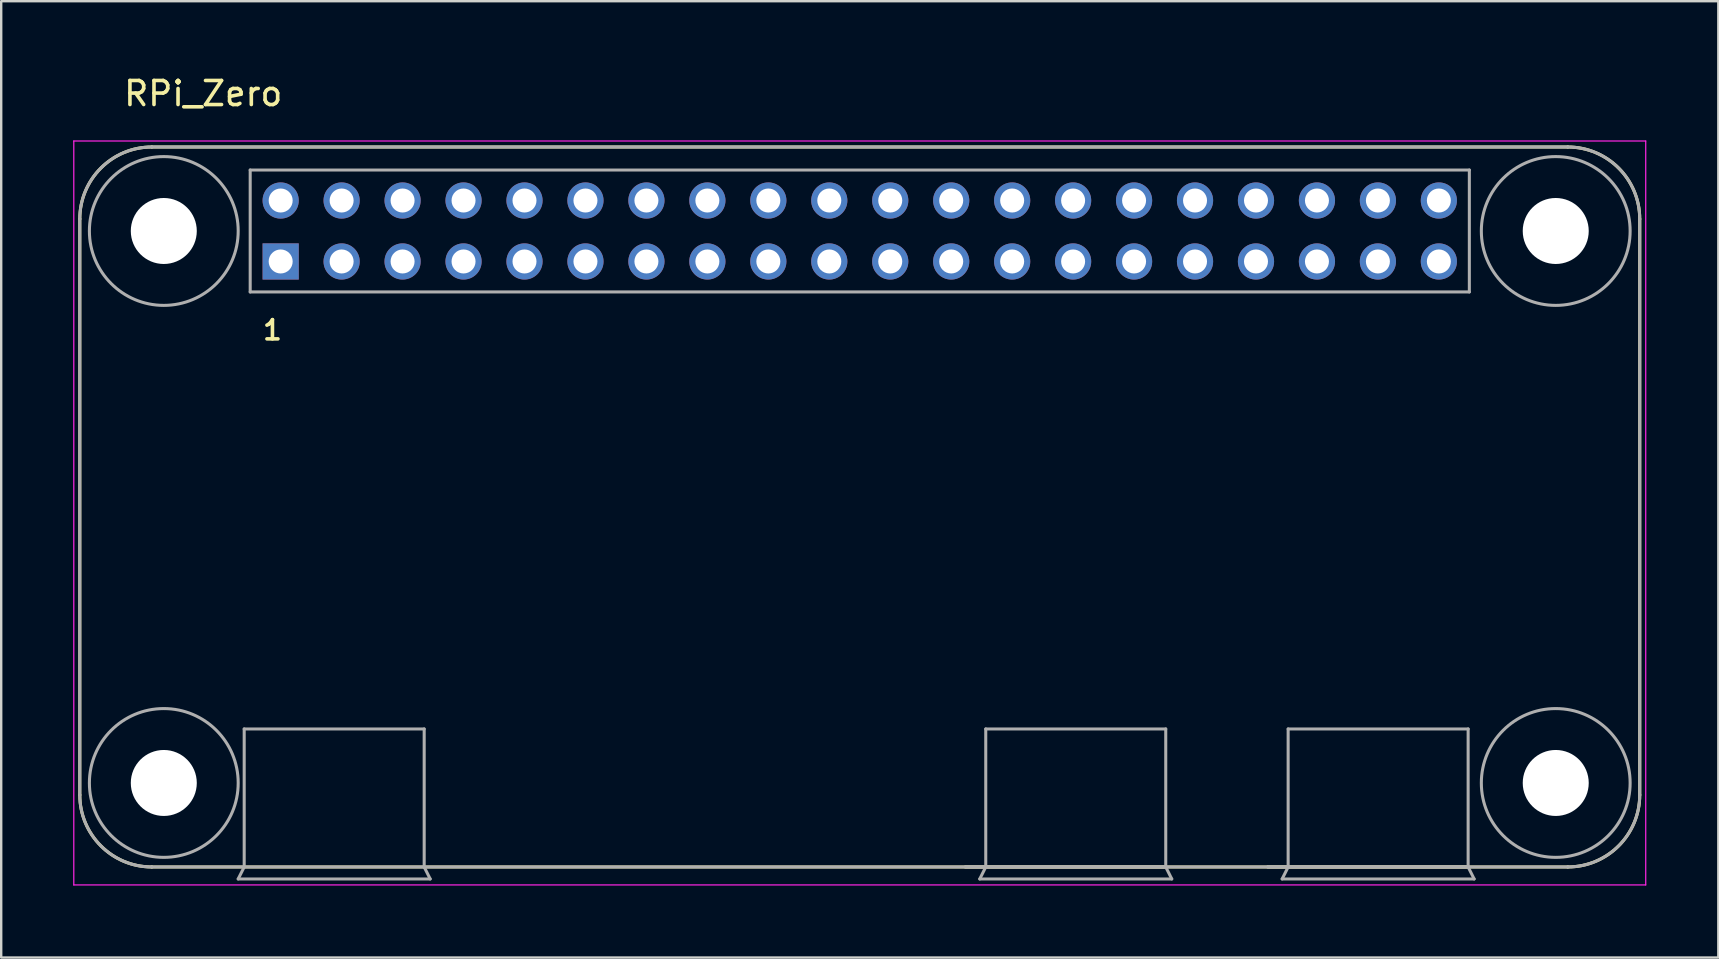
<source format=kicad_pcb>
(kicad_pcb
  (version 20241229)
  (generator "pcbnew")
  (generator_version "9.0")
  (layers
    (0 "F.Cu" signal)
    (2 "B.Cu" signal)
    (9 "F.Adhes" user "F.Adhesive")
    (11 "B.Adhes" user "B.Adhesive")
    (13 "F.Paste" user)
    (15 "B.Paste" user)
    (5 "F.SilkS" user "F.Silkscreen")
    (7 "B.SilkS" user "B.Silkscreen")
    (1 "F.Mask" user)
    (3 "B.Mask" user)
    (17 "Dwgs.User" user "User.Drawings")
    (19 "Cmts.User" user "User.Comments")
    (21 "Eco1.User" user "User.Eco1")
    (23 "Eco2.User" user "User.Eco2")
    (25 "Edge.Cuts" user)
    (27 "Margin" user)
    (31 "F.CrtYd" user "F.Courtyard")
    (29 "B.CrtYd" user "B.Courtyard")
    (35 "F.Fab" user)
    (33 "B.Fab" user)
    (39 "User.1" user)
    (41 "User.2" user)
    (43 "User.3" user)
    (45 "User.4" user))
  (footprint "RPi_Zero"
    (layer "F.Cu")
    (at 32.775 6.575)
    (property "Reference" "RPi_Zero" (at -27.357 -5.726 0) (layer "F.SilkS") (effects (font (size 1.002 1.002) (thickness 0.15))))
    (attr through_hole)
    (fp_line (start -32.5 -0.5) (end -32.5 23.5) (stroke (width 0.127) (type solid)) (layer "F.SilkS"))
    (fp_line (start -29.5 26.5) (end 29.5 26.5) (stroke (width 0.127) (type solid)) (layer "F.SilkS"))
    (fp_line (start 4.4 26.5) (end 12.75 26.5) (stroke (width 0.127) (type solid)) (layer "F.SilkS"))
    (fp_line (start 17 26.5) (end 25.35 26.5) (stroke (width 0.127) (type solid)) (layer "F.SilkS"))
    (fp_line (start 29.5 -3.5) (end -29.5 -3.5) (stroke (width 0.127) (type solid)) (layer "F.SilkS"))
    (fp_line (start 32.5 23.5) (end 32.5 -0.5) (stroke (width 0.127) (type solid)) (layer "F.SilkS"))
    (fp_arc (start -32.5 -0.5) (mid -31.62132 -2.62132) (end -29.5 -3.5) (stroke (width 0.127) (type solid)) (layer "F.SilkS"))
    (fp_arc (start -29.5 26.5) (mid -31.62132 25.62132) (end -32.5 23.5) (stroke (width 0.127) (type solid)) (layer "F.SilkS"))
    (fp_arc (start 29.5 -3.5) (mid 31.62132 -2.62132) (end 32.5 -0.5) (stroke (width 0.127) (type solid)) (layer "F.SilkS"))
    (fp_arc (start 32.5 23.5) (mid 31.62132 25.62132) (end 29.5 26.5) (stroke (width 0.127) (type solid)) (layer "F.SilkS"))
    (fp_line (start -32.75 -3.75) (end 32.75 -3.75) (stroke (width 0.05) (type solid)) (layer "F.CrtYd"))
    (fp_line (start -32.75 27.25) (end -32.75 -3.75) (stroke (width 0.05) (type solid)) (layer "F.CrtYd"))
    (fp_line (start 32.75 -3.75) (end 32.75 27.25) (stroke (width 0.05) (type solid)) (layer "F.CrtYd"))
    (fp_line (start 32.75 27.25) (end -32.75 27.25) (stroke (width 0.05) (type solid)) (layer "F.CrtYd"))
    (fp_line (start -32.5 -0.5) (end -32.5 23.5) (stroke (width 0.127) (type solid)) (layer "F.Fab"))
    (fp_line (start -29.5 26.5) (end -25.65 26.5) (stroke (width 0.127) (type solid)) (layer "F.Fab"))
    (fp_line (start -25.9 27) (end -17.9 27) (stroke (width 0.127) (type solid)) (layer "F.Fab"))
    (fp_line (start -25.65 20.75) (end -18.15 20.75) (stroke (width 0.127) (type solid)) (layer "F.Fab"))
    (fp_line (start -25.65 26.5) (end -25.9 27) (stroke (width 0.127) (type solid)) (layer "F.Fab"))
    (fp_line (start -25.65 26.5) (end -25.65 20.75) (stroke (width 0.127) (type solid)) (layer "F.Fab"))
    (fp_line (start -25.65 26.5) (end -18.15 26.5) (stroke (width 0.127) (type solid)) (layer "F.Fab"))
    (fp_line (start -25.4 -2.54) (end -25.4 2.54) (stroke (width 0.127) (type solid)) (layer "F.Fab"))
    (fp_line (start -25.4 2.54) (end 25.4 2.54) (stroke (width 0.127) (type solid)) (layer "F.Fab"))
    (fp_line (start -18.15 20.75) (end -18.15 26.5) (stroke (width 0.127) (type solid)) (layer "F.Fab"))
    (fp_line (start -18.15 26.5) (end 29.5 26.5) (stroke (width 0.127) (type solid)) (layer "F.Fab"))
    (fp_line (start -17.9 27) (end -18.15 26.5) (stroke (width 0.127) (type solid)) (layer "F.Fab"))
    (fp_line (start 4.4 26.5) (end 5.25 26.5) (stroke (width 0.127) (type solid)) (layer "F.Fab"))
    (fp_line (start 5 27) (end 13 27) (stroke (width 0.127) (type solid)) (layer "F.Fab"))
    (fp_line (start 5.25 20.75) (end 12.75 20.75) (stroke (width 0.127) (type solid)) (layer "F.Fab"))
    (fp_line (start 5.25 26.5) (end 5 27) (stroke (width 0.127) (type solid)) (layer "F.Fab"))
    (fp_line (start 5.25 26.5) (end 5.25 20.75) (stroke (width 0.127) (type solid)) (layer "F.Fab"))
    (fp_line (start 5.25 26.5) (end 12.75 26.5) (stroke (width 0.127) (type solid)) (layer "F.Fab"))
    (fp_line (start 12.75 20.75) (end 12.75 26.5) (stroke (width 0.127) (type solid)) (layer "F.Fab"))
    (fp_line (start 13 27) (end 12.75 26.5) (stroke (width 0.127) (type solid)) (layer "F.Fab"))
    (fp_line (start 17 26.5) (end 17.85 26.5) (stroke (width 0.127) (type solid)) (layer "F.Fab"))
    (fp_line (start 17.6 27) (end 25.6 27) (stroke (width 0.127) (type solid)) (layer "F.Fab"))
    (fp_line (start 17.85 20.75) (end 25.35 20.75) (stroke (width 0.127) (type solid)) (layer "F.Fab"))
    (fp_line (start 17.85 26.5) (end 17.6 27) (stroke (width 0.127) (type solid)) (layer "F.Fab"))
    (fp_line (start 17.85 26.5) (end 17.85 20.75) (stroke (width 0.127) (type solid)) (layer "F.Fab"))
    (fp_line (start 17.85 26.5) (end 25.35 26.5) (stroke (width 0.127) (type solid)) (layer "F.Fab"))
    (fp_line (start 25.35 20.75) (end 25.35 26.5) (stroke (width 0.127) (type solid)) (layer "F.Fab"))
    (fp_line (start 25.4 -2.54) (end -25.4 -2.54) (stroke (width 0.127) (type solid)) (layer "F.Fab"))
    (fp_line (start 25.4 2.54) (end 25.4 -2.54) (stroke (width 0.127) (type solid)) (layer "F.Fab"))
    (fp_line (start 25.6 27) (end 25.35 26.5) (stroke (width 0.127) (type solid)) (layer "F.Fab"))
    (fp_line (start 29.5 -3.5) (end -29.5 -3.5) (stroke (width 0.127) (type solid)) (layer "F.Fab"))
    (fp_line (start 32.5 23.5) (end 32.5 -0.5) (stroke (width 0.127) (type solid)) (layer "F.Fab"))
    (fp_arc (start -32.5 -0.5) (mid -31.62132 -2.62132) (end -29.5 -3.5) (stroke (width 0.127) (type solid)) (layer "F.Fab"))
    (fp_arc (start -29.5 26.5) (mid -31.62132 25.62132) (end -32.5 23.5) (stroke (width 0.127) (type solid)) (layer "F.Fab"))
    (fp_arc (start 29.5 -3.5) (mid 31.62132 -2.62132) (end 32.5 -0.5) (stroke (width 0.127) (type solid)) (layer "F.Fab"))
    (fp_arc (start 32.5 23.5) (mid 31.62132 25.62132) (end 29.5 26.5) (stroke (width 0.127) (type solid)) (layer "F.Fab"))
    (fp_circle (center -29 0) (end -25.9 0) (stroke (width 0.127) (type solid)) (fill no) (layer "F.Fab"))
    (fp_circle (center -29 23) (end -25.9 23) (stroke (width 0.127) (type solid)) (fill no) (layer "F.Fab"))
    (fp_circle (center 29 0) (end 32.1 0) (stroke (width 0.127) (type solid)) (fill no) (layer "F.Fab"))
    (fp_circle (center 29 23) (end 32.1 23) (stroke (width 0.127) (type solid)) (fill no) (layer "F.Fab"))
    (fp_text user "1" (at -24.473 4.132 0) (layer "F.SilkS") (effects (font (size 0.801 0.801) (thickness 0.15))))
    (pad "" np_thru_hole circle (at -29 0) (size 2.75 2.75) (drill 2.75) (layers "*.Cu" "*.Mask"))
    (pad "" np_thru_hole circle (at -29 23) (size 2.75 2.75) (drill 2.75) (layers "*.Cu" "*.Mask"))
    (pad "" np_thru_hole circle (at 29 0) (size 2.75 2.75) (drill 2.75) (layers "*.Cu" "*.Mask"))
    (pad "" np_thru_hole circle (at 29 23) (size 2.75 2.75) (drill 2.75) (layers "*.Cu" "*.Mask"))
    (pad "1" thru_hole rect (at -24.13 1.27) (size 1.508 1.508) (drill 1) (layers "*.Cu" "*.Mask"))
    (pad "2" thru_hole circle (at -24.13 -1.27) (size 1.508 1.508) (drill 1) (layers "*.Cu" "*.Mask"))
    (pad "3" thru_hole circle (at -21.59 1.27) (size 1.508 1.508) (drill 1) (layers "*.Cu" "*.Mask"))
    (pad "4" thru_hole circle (at -21.59 -1.27) (size 1.508 1.508) (drill 1) (layers "*.Cu" "*.Mask"))
    (pad "5" thru_hole circle (at -19.05 1.27) (size 1.508 1.508) (drill 1) (layers "*.Cu" "*.Mask"))
    (pad "6" thru_hole circle (at -19.05 -1.27) (size 1.508 1.508) (drill 1) (layers "*.Cu" "*.Mask"))
    (pad "7" thru_hole circle (at -16.51 1.27) (size 1.508 1.508) (drill 1) (layers "*.Cu" "*.Mask"))
    (pad "8" thru_hole circle (at -16.51 -1.27) (size 1.508 1.508) (drill 1) (layers "*.Cu" "*.Mask"))
    (pad "9" thru_hole circle (at -13.97 1.27) (size 1.508 1.508) (drill 1) (layers "*.Cu" "*.Mask"))
    (pad "10" thru_hole circle (at -13.97 -1.27) (size 1.508 1.508) (drill 1) (layers "*.Cu" "*.Mask"))
    (pad "11" thru_hole circle (at -11.43 1.27) (size 1.508 1.508) (drill 1) (layers "*.Cu" "*.Mask"))
    (pad "12" thru_hole circle (at -11.43 -1.27) (size 1.508 1.508) (drill 1) (layers "*.Cu" "*.Mask"))
    (pad "13" thru_hole circle (at -8.89 1.27) (size 1.508 1.508) (drill 1) (layers "*.Cu" "*.Mask"))
    (pad "14" thru_hole circle (at -8.89 -1.27) (size 1.508 1.508) (drill 1) (layers "*.Cu" "*.Mask"))
    (pad "15" thru_hole circle (at -6.35 1.27) (size 1.508 1.508) (drill 1) (layers "*.Cu" "*.Mask"))
    (pad "16" thru_hole circle (at -6.35 -1.27) (size 1.508 1.508) (drill 1) (layers "*.Cu" "*.Mask"))
    (pad "17" thru_hole circle (at -3.81 1.27) (size 1.508 1.508) (drill 1) (layers "*.Cu" "*.Mask"))
    (pad "18" thru_hole circle (at -3.81 -1.27) (size 1.508 1.508) (drill 1) (layers "*.Cu" "*.Mask"))
    (pad "19" thru_hole circle (at -1.27 1.27) (size 1.508 1.508) (drill 1) (layers "*.Cu" "*.Mask"))
    (pad "20" thru_hole circle (at -1.27 -1.27) (size 1.508 1.508) (drill 1) (layers "*.Cu" "*.Mask"))
    (pad "21" thru_hole circle (at 1.27 1.27) (size 1.508 1.508) (drill 1) (layers "*.Cu" "*.Mask"))
    (pad "22" thru_hole circle (at 1.27 -1.27) (size 1.508 1.508) (drill 1) (layers "*.Cu" "*.Mask"))
    (pad "23" thru_hole circle (at 3.81 1.27) (size 1.508 1.508) (drill 1) (layers "*.Cu" "*.Mask"))
    (pad "24" thru_hole circle (at 3.81 -1.27) (size 1.508 1.508) (drill 1) (layers "*.Cu" "*.Mask"))
    (pad "25" thru_hole circle (at 6.35 1.27) (size 1.508 1.508) (drill 1) (layers "*.Cu" "*.Mask"))
    (pad "26" thru_hole circle (at 6.35 -1.27) (size 1.508 1.508) (drill 1) (layers "*.Cu" "*.Mask"))
    (pad "27" thru_hole circle (at 8.89 1.27) (size 1.508 1.508) (drill 1) (layers "*.Cu" "*.Mask"))
    (pad "28" thru_hole circle (at 8.89 -1.27) (size 1.508 1.508) (drill 1) (layers "*.Cu" "*.Mask"))
    (pad "29" thru_hole circle (at 11.43 1.27) (size 1.508 1.508) (drill 1) (layers "*.Cu" "*.Mask"))
    (pad "30" thru_hole circle (at 11.43 -1.27) (size 1.508 1.508) (drill 1) (layers "*.Cu" "*.Mask"))
    (pad "31" thru_hole circle (at 13.97 1.27) (size 1.508 1.508) (drill 1) (layers "*.Cu" "*.Mask"))
    (pad "32" thru_hole circle (at 13.97 -1.27) (size 1.508 1.508) (drill 1) (layers "*.Cu" "*.Mask"))
    (pad "33" thru_hole circle (at 16.51 1.27) (size 1.508 1.508) (drill 1) (layers "*.Cu" "*.Mask"))
    (pad "34" thru_hole circle (at 16.51 -1.27) (size 1.508 1.508) (drill 1) (layers "*.Cu" "*.Mask"))
    (pad "35" thru_hole circle (at 19.05 1.27) (size 1.508 1.508) (drill 1) (layers "*.Cu" "*.Mask"))
    (pad "36" thru_hole circle (at 19.05 -1.27) (size 1.508 1.508) (drill 1) (layers "*.Cu" "*.Mask"))
    (pad "37" thru_hole circle (at 21.59 1.27) (size 1.508 1.508) (drill 1) (layers "*.Cu" "*.Mask"))
    (pad "38" thru_hole circle (at 21.59 -1.27) (size 1.508 1.508) (drill 1) (layers "*.Cu" "*.Mask"))
    (pad "39" thru_hole circle (at 24.13 1.27) (size 1.508 1.508) (drill 1) (layers "*.Cu" "*.Mask"))
    (pad "40" thru_hole circle (at 24.13 -1.27) (size 1.508 1.508) (drill 1) (layers "*.Cu" "*.Mask")))
  (gr_rect
    (start -3 -3)
    (end 68.55 36.85)
    (stroke (width 0.1) (type default))
    (fill no)
    (layer "Edge.Cuts")))
</source>
